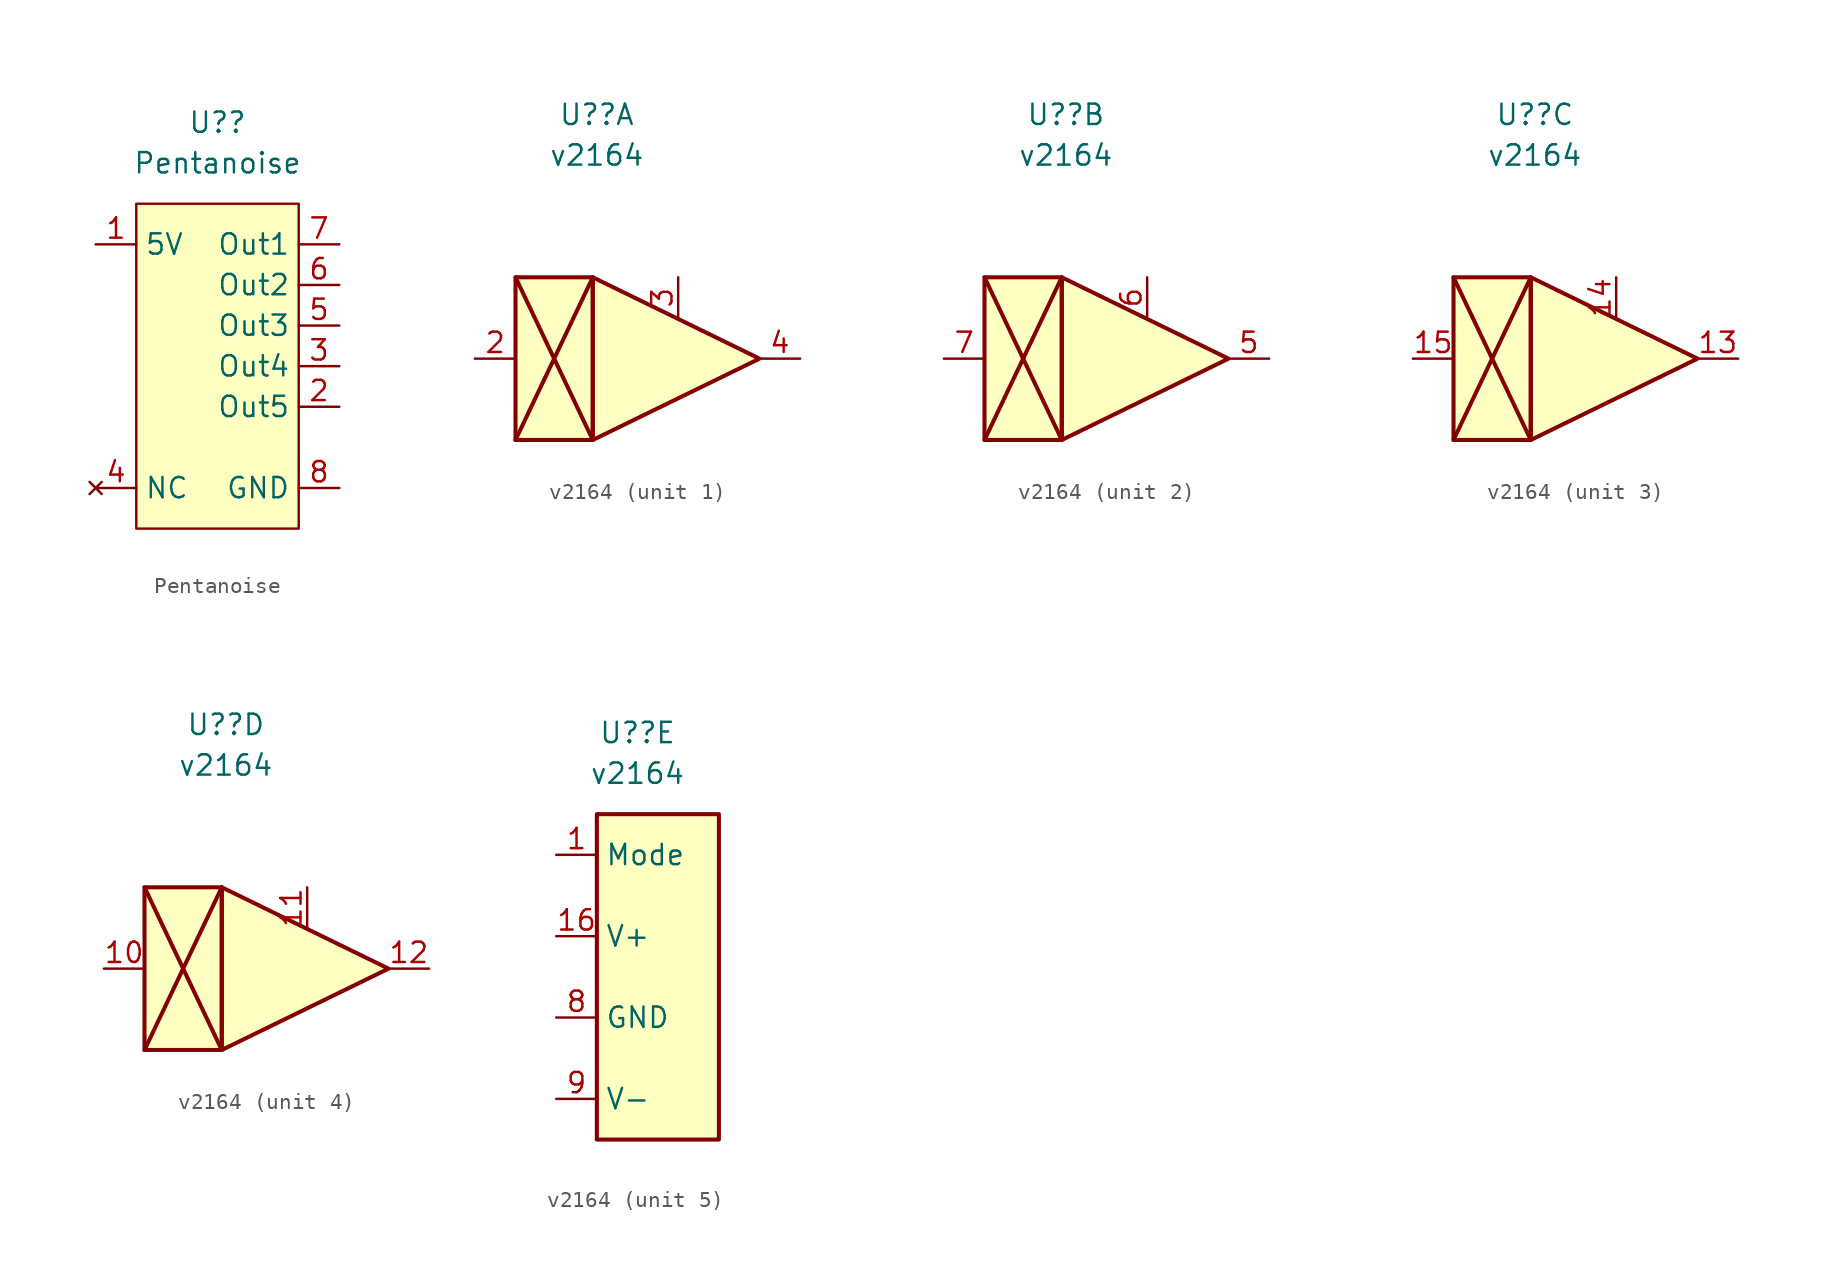
<source format=kicad_sym>
(kicad_symbol_lib
  (version 20211014)
  (generator kicad_symbol_editor)
  (symbol "Pentanoise"
    (property "Reference" "U?"
      (at 0 2.54 0)
      (effects (font (size 1.27 1.27))))
    (property "Value" "Pentanoise"
      (at 0 0 0)
      (effects (font (size 1.27 1.27))))
    (symbol "Pentanoise_0_1"
      (rectangle (start -5.08 -2.54) (end 5.08 -22.86) (stroke (width 0) (type default) (color 0 0 0 0)) (fill (type background))))
    (symbol "Pentanoise_1_1"
      (pin power_in line (at -7.62 -5.08 0) (length 2.54) (name "5V" (effects (font (size 1.27 1.27)))) (number "1" (effects (font (size 1.27 1.27)))))
      (pin output line (at 7.62 -15.24 180) (length 2.54) (name "Out5" (effects (font (size 1.27 1.27)))) (number "2" (effects (font (size 1.27 1.27)))))
      (pin output line (at 7.62 -12.7 180) (length 2.54) (name "Out4" (effects (font (size 1.27 1.27)))) (number "3" (effects (font (size 1.27 1.27)))))
      (pin no_connect line (at -7.62 -20.32 0) (length 2.54) (name "NC" (effects (font (size 1.27 1.27)))) (number "4" (effects (font (size 1.27 1.27)))))
      (pin output line (at 7.62 -10.16 180) (length 2.54) (name "Out3" (effects (font (size 1.27 1.27)))) (number "5" (effects (font (size 1.27 1.27)))))
      (pin output line (at 7.62 -7.62 180) (length 2.54) (name "Out2" (effects (font (size 1.27 1.27)))) (number "6" (effects (font (size 1.27 1.27)))))
      (pin output line (at 7.62 -5.08 180) (length 2.54) (name "Out1" (effects (font (size 1.27 1.27)))) (number "7" (effects (font (size 1.27 1.27)))))
      (pin power_in line (at 7.62 -20.32 180) (length 2.54) (name "GND" (effects (font (size 1.27 1.27)))) (number "8" (effects (font (size 1.27 1.27)))))))
  (symbol "v2164"
    (property "Reference" "U?"
      (at 0 15.24 0)
      (effects (font (size 1.27 1.27))))
    (property "Value" "v2164"
      (at 0 12.7 0)
      (effects (font (size 1.27 1.27))))
    (property "ki_locked" ""
      (at 0 0 0)
      (effects (font (size 1.27 1.27))))
    (symbol "v2164_1_1"
      (rectangle (start -5.08 5.08) (end -0.254 -5.08) (stroke (width 0.254) (type default) (color 0 0 0 0)) (fill (type background)))
      (polyline (pts (xy -5.08 5.08) (xy -0.254 -5.08)) (stroke (width 0.254) (type default) (color 0 0 0 0)) (fill (type none)))
      (polyline (pts (xy -0.254 5.08) (xy -5.08 -5.08)) (stroke (width 0.254) (type default) (color 0 0 0 0)) (fill (type none)))
      (polyline (pts (xy -0.254 5.08) (xy 10.16 0) (xy -0.254 -5.08) (xy -0.254 5.08)) (stroke (width 0.254) (type default) (color 0 0 0 0)) (fill (type background)))
      (pin input line (at -7.62 0 0) (length 2.54) (name "" (effects (font (size 1.27 1.27)))) (number "2" (effects (font (size 1.27 1.27)))))
      (pin input line (at 5.08 5.08 270) (length 2.54) (name "" (effects (font (size 1.27 1.27)))) (number "3" (effects (font (size 1.27 1.27)))))
      (pin output line (at 12.7 0 180) (length 2.54) (name "" (effects (font (size 1.27 1.27)))) (number "4" (effects (font (size 1.27 1.27))))))
    (symbol "v2164_2_1"
      (rectangle (start -5.08 5.08) (end -0.254 -5.08) (stroke (width 0.254) (type default) (color 0 0 0 0)) (fill (type background)))
      (polyline (pts (xy -5.08 5.08) (xy -0.254 -5.08)) (stroke (width 0.254) (type default) (color 0 0 0 0)) (fill (type none)))
      (polyline (pts (xy -0.254 5.08) (xy -5.08 -5.08)) (stroke (width 0.254) (type default) (color 0 0 0 0)) (fill (type none)))
      (polyline (pts (xy -0.254 5.08) (xy 10.16 0) (xy -0.254 -5.08) (xy -0.254 5.08)) (stroke (width 0.254) (type default) (color 0 0 0 0)) (fill (type background)))
      (pin output line (at 12.7 0 180) (length 2.54) (name "" (effects (font (size 1.27 1.27)))) (number "5" (effects (font (size 1.27 1.27)))))
      (pin input line (at 5.08 5.08 270) (length 2.54) (name "" (effects (font (size 1.27 1.27)))) (number "6" (effects (font (size 1.27 1.27)))))
      (pin input line (at -7.62 0 0) (length 2.54) (name "" (effects (font (size 1.27 1.27)))) (number "7" (effects (font (size 1.27 1.27))))))
    (symbol "v2164_3_1"
      (rectangle (start -5.08 5.08) (end -0.254 -5.08) (stroke (width 0.254) (type default) (color 0 0 0 0)) (fill (type background)))
      (polyline (pts (xy -5.08 5.08) (xy -0.254 -5.08)) (stroke (width 0.254) (type default) (color 0 0 0 0)) (fill (type none)))
      (polyline (pts (xy -0.254 5.08) (xy -5.08 -5.08)) (stroke (width 0.254) (type default) (color 0 0 0 0)) (fill (type none)))
      (polyline (pts (xy -0.254 5.08) (xy 10.16 0) (xy -0.254 -5.08) (xy -0.254 5.08)) (stroke (width 0.254) (type default) (color 0 0 0 0)) (fill (type background)))
      (pin output line (at 12.7 0 180) (length 2.54) (name "" (effects (font (size 1.27 1.27)))) (number "13" (effects (font (size 1.27 1.27)))))
      (pin input line (at 5.08 5.08 270) (length 2.54) (name "" (effects (font (size 1.27 1.27)))) (number "14" (effects (font (size 1.27 1.27)))))
      (pin input line (at -7.62 0 0) (length 2.54) (name "" (effects (font (size 1.27 1.27)))) (number "15" (effects (font (size 1.27 1.27))))))
    (symbol "v2164_4_1"
      (rectangle (start -5.08 5.08) (end -0.254 -5.08) (stroke (width 0.254) (type default) (color 0 0 0 0)) (fill (type background)))
      (polyline (pts (xy -5.08 5.08) (xy -0.254 -5.08)) (stroke (width 0.254) (type default) (color 0 0 0 0)) (fill (type none)))
      (polyline (pts (xy -0.254 5.08) (xy -5.08 -5.08)) (stroke (width 0.254) (type default) (color 0 0 0 0)) (fill (type none)))
      (polyline (pts (xy -0.254 5.08) (xy 10.16 0) (xy -0.254 -5.08) (xy -0.254 5.08)) (stroke (width 0.254) (type default) (color 0 0 0 0)) (fill (type background)))
      (pin input line (at -7.62 0 0) (length 2.54) (name "" (effects (font (size 1.27 1.27)))) (number "10" (effects (font (size 1.27 1.27)))))
      (pin input line (at 5.08 5.08 270) (length 2.54) (name "" (effects (font (size 1.27 1.27)))) (number "11" (effects (font (size 1.27 1.27)))))
      (pin output line (at 12.7 0 180) (length 2.54) (name "" (effects (font (size 1.27 1.27)))) (number "12" (effects (font (size 1.27 1.27))))))
    (symbol "v2164_5_1"
      (rectangle (start -2.54 10.16) (end 5.08 -10.16) (stroke (width 0.254) (type default) (color 0 0 0 0)) (fill (type background)))
      (pin input line (at -5.08 7.62 0) (length 2.54) (name "Mode" (effects (font (size 1.27 1.27)))) (number "1" (effects (font (size 1.27 1.27)))))
      (pin power_in line (at -5.08 2.54 0) (length 2.54) (name "V+" (effects (font (size 1.27 1.27)))) (number "16" (effects (font (size 1.27 1.27)))))
      (pin power_in line (at -5.08 -2.54 0) (length 2.54) (name "GND" (effects (font (size 1.27 1.27)))) (number "8" (effects (font (size 1.27 1.27)))))
      (pin power_in line (at -5.08 -7.62 0) (length 2.54) (name "V-" (effects (font (size 1.27 1.27)))) (number "9" (effects (font (size 1.27 1.27))))))))
</source>
